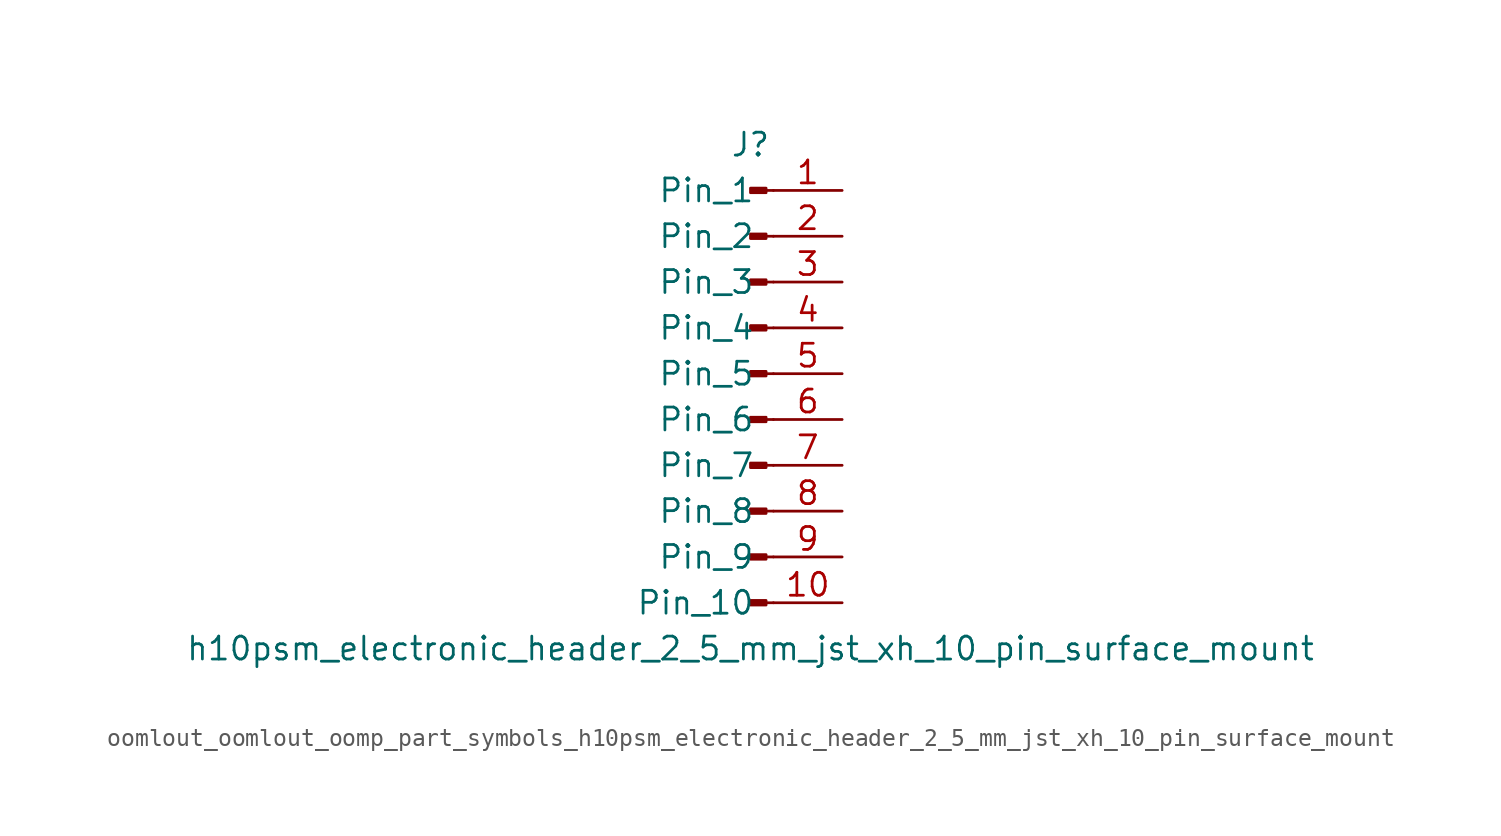
<source format=kicad_sym>
(kicad_symbol_lib
  (version 20220914)
  (generator kicad_symbol_editor)
  (symbol "oomlout_oomlout_oomp_part_symbols_h10psm_electronic_header_2_5_mm_jst_xh_10_pin_surface_mount"
    (pin_names
      (offset 1.016))
    (property "Reference" "J"
      (at 0 12.7 0)
      (effects (font (size 1.27 1.27))))
    (property "Value" "h10psm_electronic_header_2_5_mm_jst_xh_10_pin_surface_mount"
      (at 0 -15.24 0)
      (effects (font (size 1.27 1.27))))
    (property "ki_locked" ""
      (at 0 0 0)
      (effects (font (size 1.27 1.27))))
    (symbol "oomlout_oomlout_oomp_part_symbols_h10psm_electronic_header_2_5_mm_jst_xh_10_pin_surface_mount_1_1"
      (polyline (pts (xy 1.27 -12.7) (xy 0.864 -12.7)) (stroke (width 0.152) (type default)) (fill (type none)))
      (polyline (pts (xy 1.27 -10.16) (xy 0.864 -10.16)) (stroke (width 0.152) (type default)) (fill (type none)))
      (polyline (pts (xy 1.27 -7.62) (xy 0.864 -7.62)) (stroke (width 0.152) (type default)) (fill (type none)))
      (polyline (pts (xy 1.27 -5.08) (xy 0.864 -5.08)) (stroke (width 0.152) (type default)) (fill (type none)))
      (polyline (pts (xy 1.27 -2.54) (xy 0.864 -2.54)) (stroke (width 0.152) (type default)) (fill (type none)))
      (polyline (pts (xy 1.27 0) (xy 0.864 0)) (stroke (width 0.152) (type default)) (fill (type none)))
      (polyline (pts (xy 1.27 2.54) (xy 0.864 2.54)) (stroke (width 0.152) (type default)) (fill (type none)))
      (polyline (pts (xy 1.27 5.08) (xy 0.864 5.08)) (stroke (width 0.152) (type default)) (fill (type none)))
      (polyline (pts (xy 1.27 7.62) (xy 0.864 7.62)) (stroke (width 0.152) (type default)) (fill (type none)))
      (polyline (pts (xy 1.27 10.16) (xy 0.864 10.16)) (stroke (width 0.152) (type default)) (fill (type none)))
      (rectangle (start 0.864 -12.573) (end 0 -12.827) (stroke (width 0.152) (type default)) (fill (type outline)))
      (rectangle (start 0.864 -10.033) (end 0 -10.287) (stroke (width 0.152) (type default)) (fill (type outline)))
      (rectangle (start 0.864 -7.493) (end 0 -7.747) (stroke (width 0.152) (type default)) (fill (type outline)))
      (rectangle (start 0.864 -4.953) (end 0 -5.207) (stroke (width 0.152) (type default)) (fill (type outline)))
      (rectangle (start 0.864 -2.413) (end 0 -2.667) (stroke (width 0.152) (type default)) (fill (type outline)))
      (rectangle (start 0.864 0.127) (end 0 -0.127) (stroke (width 0.152) (type default)) (fill (type outline)))
      (rectangle (start 0.864 2.667) (end 0 2.413) (stroke (width 0.152) (type default)) (fill (type outline)))
      (rectangle (start 0.864 5.207) (end 0 4.953) (stroke (width 0.152) (type default)) (fill (type outline)))
      (rectangle (start 0.864 7.747) (end 0 7.493) (stroke (width 0.152) (type default)) (fill (type outline)))
      (rectangle (start 0.864 10.287) (end 0 10.033) (stroke (width 0.152) (type default)) (fill (type outline)))
      (pin passive line (at 5.08 10.16 180) (length 3.81) (name "Pin_1" (effects (font (size 1.27 1.27)))) (number "1" (effects (font (size 1.27 1.27)))))
      (pin passive line (at 5.08 -12.7 180) (length 3.81) (name "Pin_10" (effects (font (size 1.27 1.27)))) (number "10" (effects (font (size 1.27 1.27)))))
      (pin passive line (at 5.08 7.62 180) (length 3.81) (name "Pin_2" (effects (font (size 1.27 1.27)))) (number "2" (effects (font (size 1.27 1.27)))))
      (pin passive line (at 5.08 5.08 180) (length 3.81) (name "Pin_3" (effects (font (size 1.27 1.27)))) (number "3" (effects (font (size 1.27 1.27)))))
      (pin passive line (at 5.08 2.54 180) (length 3.81) (name "Pin_4" (effects (font (size 1.27 1.27)))) (number "4" (effects (font (size 1.27 1.27)))))
      (pin passive line (at 5.08 0 180) (length 3.81) (name "Pin_5" (effects (font (size 1.27 1.27)))) (number "5" (effects (font (size 1.27 1.27)))))
      (pin passive line (at 5.08 -2.54 180) (length 3.81) (name "Pin_6" (effects (font (size 1.27 1.27)))) (number "6" (effects (font (size 1.27 1.27)))))
      (pin passive line (at 5.08 -5.08 180) (length 3.81) (name "Pin_7" (effects (font (size 1.27 1.27)))) (number "7" (effects (font (size 1.27 1.27)))))
      (pin passive line (at 5.08 -7.62 180) (length 3.81) (name "Pin_8" (effects (font (size 1.27 1.27)))) (number "8" (effects (font (size 1.27 1.27)))))
      (pin passive line (at 5.08 -10.16 180) (length 3.81) (name "Pin_9" (effects (font (size 1.27 1.27)))) (number "9" (effects (font (size 1.27 1.27))))))))
</source>
